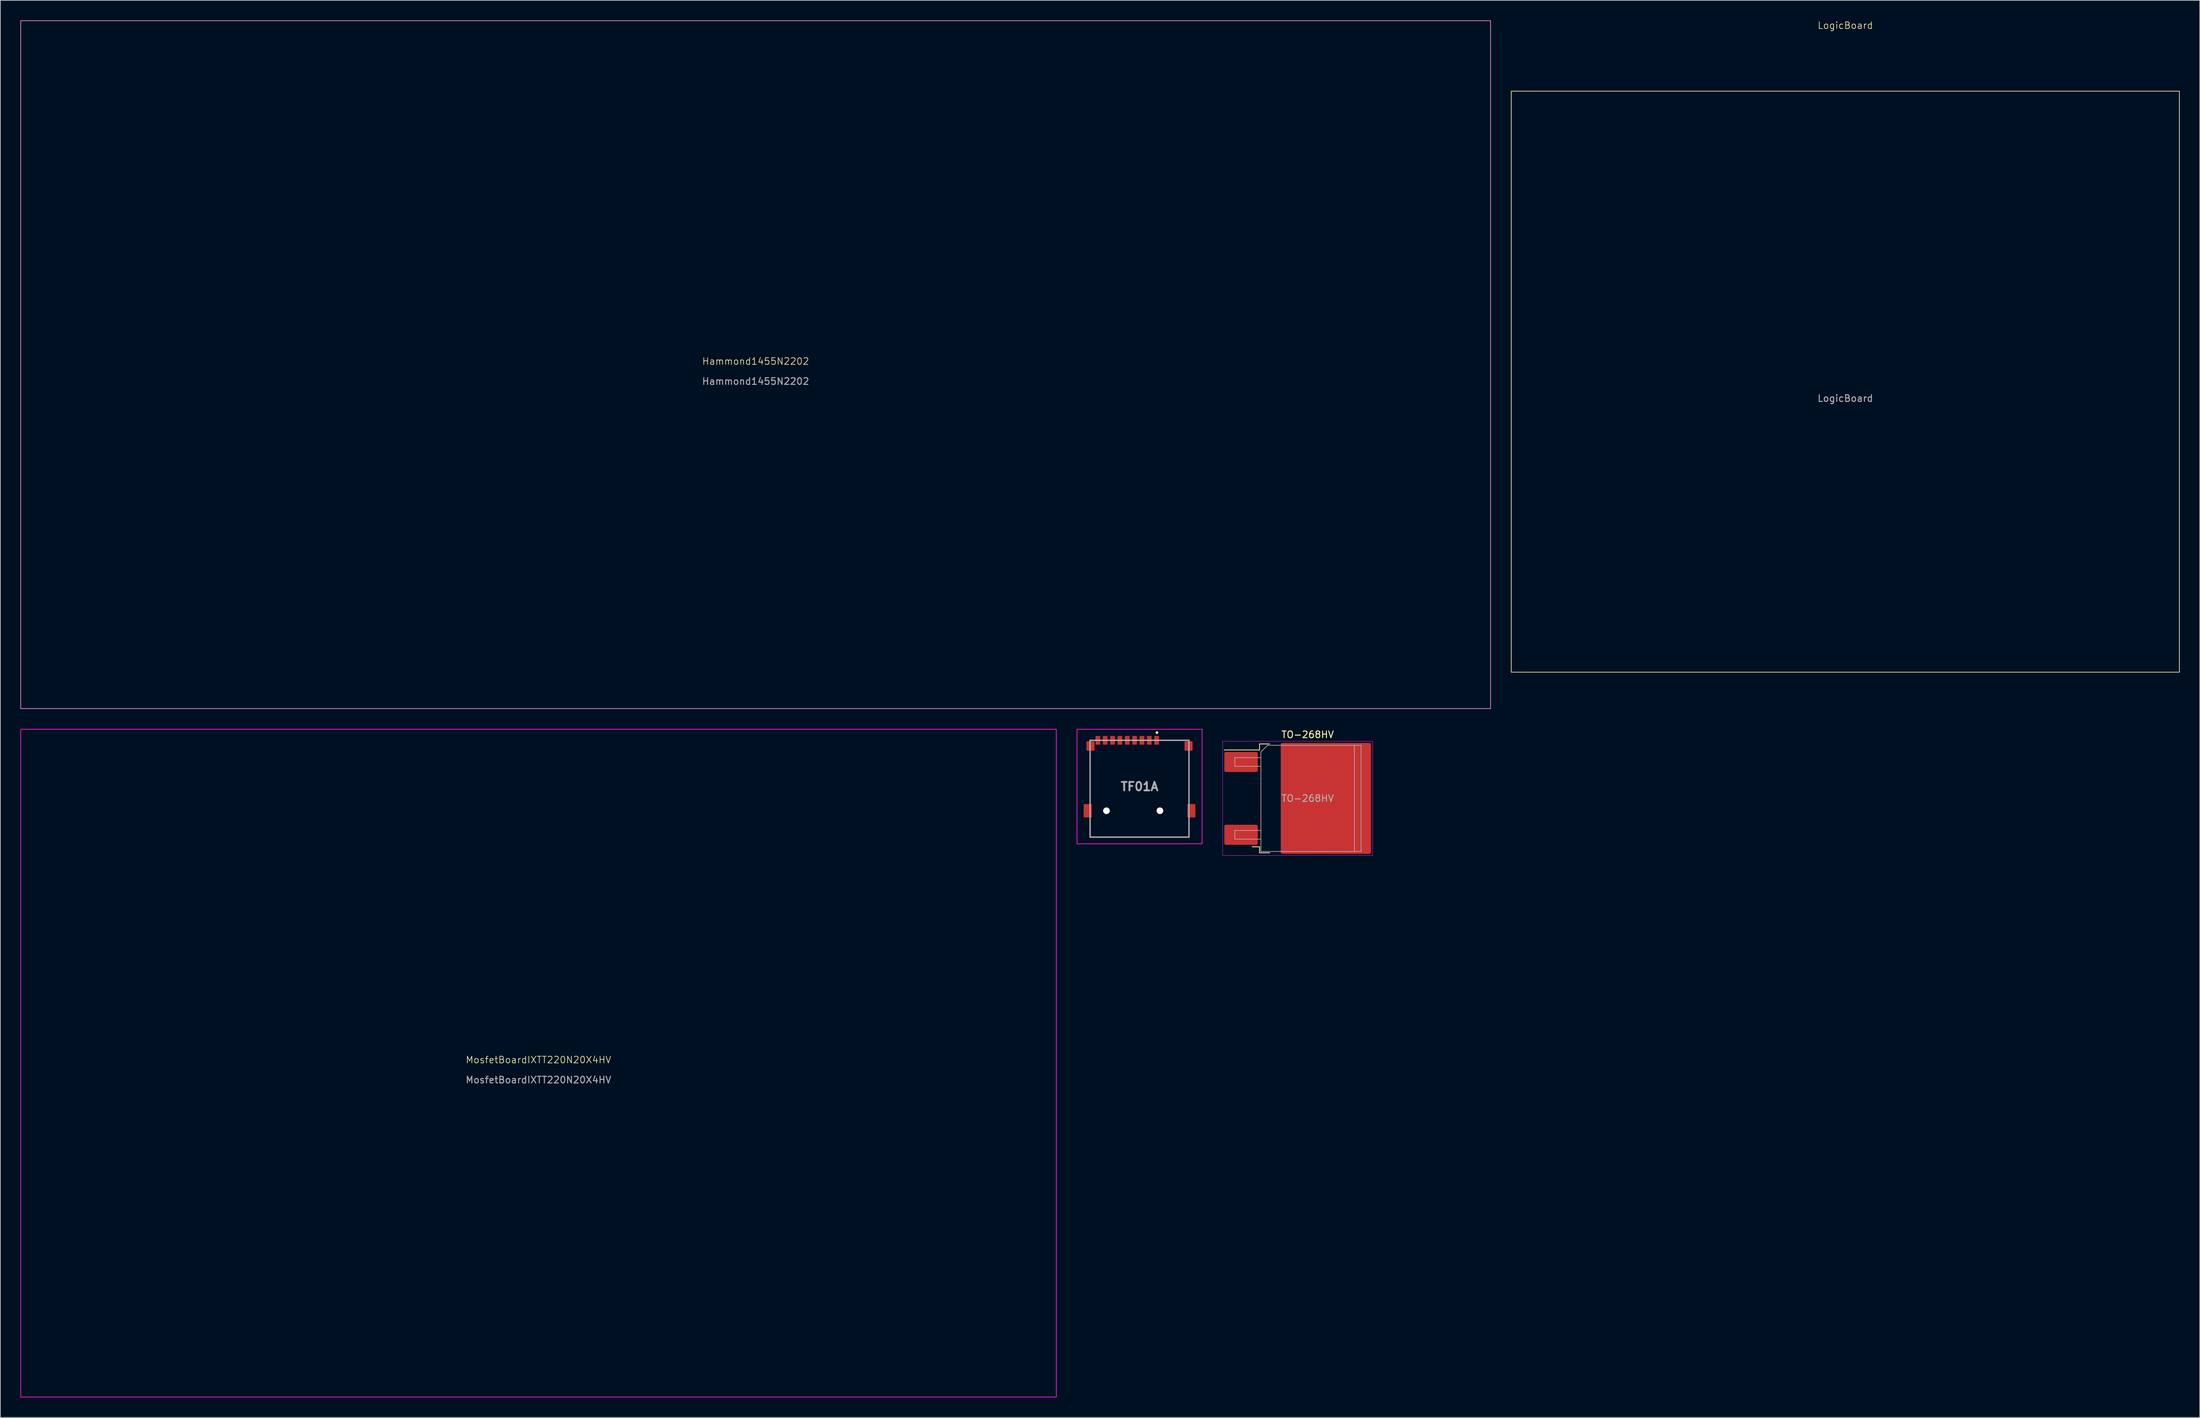
<source format=kicad_pcb>
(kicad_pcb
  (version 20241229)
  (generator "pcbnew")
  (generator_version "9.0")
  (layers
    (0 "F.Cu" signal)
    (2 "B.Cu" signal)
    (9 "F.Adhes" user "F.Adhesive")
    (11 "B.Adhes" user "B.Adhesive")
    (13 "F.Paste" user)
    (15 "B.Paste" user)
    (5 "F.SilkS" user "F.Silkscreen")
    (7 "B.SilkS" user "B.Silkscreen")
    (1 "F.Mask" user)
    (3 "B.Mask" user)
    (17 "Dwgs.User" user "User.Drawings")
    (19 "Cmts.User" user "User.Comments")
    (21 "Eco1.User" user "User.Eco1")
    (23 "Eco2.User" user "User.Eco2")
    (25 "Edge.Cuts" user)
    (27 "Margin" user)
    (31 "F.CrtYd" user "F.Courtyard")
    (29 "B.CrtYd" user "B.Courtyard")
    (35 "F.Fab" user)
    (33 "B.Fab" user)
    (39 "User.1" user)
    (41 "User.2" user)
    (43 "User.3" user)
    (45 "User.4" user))
  (footprint "MosfetBoardIXTT220N20X4HV"
    (layer "F.Cu")
    (at 77.55 156.15)
    (property "Reference" "MosfetBoardIXTT220N20X4HV" (at 0 -0.5 0) (unlocked yes) (layer "F.SilkS") (effects (font (size 1 1) (thickness 0.1))))
    (attr smd)
    (fp_rect (start -77.5 -50) (end 77.5 50) (stroke (width 0.1) (type default)) (fill no) (layer "F.CrtYd"))
    (fp_text user "${REFERENCE}" (at 0 2.5 0) (unlocked yes) (layer "F.Fab") (effects (font (size 1 1) (thickness 0.15)))))
  (footprint "TO-268HV"
    (layer "F.Cu")
    (at 192.675 116.498)
    (property "Reference" "TO-268HV" (at 0 -9.55 0) (layer "F.SilkS") (effects (font (size 1 1) (thickness 0.15))))
    (attr smd)
    (fp_line (start -7.2 -8.15) (end -7.2 -7.25) (stroke (width 0.12) (type solid)) (layer "F.SilkS"))
    (fp_line (start -7.2 -7.25) (end -12.475 -7.25) (stroke (width 0.12) (type solid)) (layer "F.SilkS"))
    (fp_line (start -7.2 7.25) (end -8.3 7.25) (stroke (width 0.12) (type solid)) (layer "F.SilkS"))
    (fp_line (start -7.2 8.15) (end -7.2 7.25) (stroke (width 0.12) (type solid)) (layer "F.SilkS"))
    (fp_line (start -5.7 -8.15) (end -7.2 -8.15) (stroke (width 0.12) (type solid)) (layer "F.SilkS"))
    (fp_line (start -5.7 8.15) (end -7.2 8.15) (stroke (width 0.12) (type solid)) (layer "F.SilkS"))
    (fp_line (start -12.73 -8.55) (end -12.73 8.55) (stroke (width 0.05) (type solid)) (layer "F.CrtYd"))
    (fp_line (start -12.73 8.55) (end 9.73 8.55) (stroke (width 0.05) (type solid)) (layer "F.CrtYd"))
    (fp_line (start 9.73 -8.55) (end -12.73 -8.55) (stroke (width 0.05) (type solid)) (layer "F.CrtYd"))
    (fp_line (start 9.73 8.55) (end 9.73 -8.55) (stroke (width 0.05) (type solid)) (layer "F.CrtYd"))
    (fp_line (start -10.9 -6.1) (end -10.9 -4.8) (stroke (width 0.1) (type solid)) (layer "F.Fab"))
    (fp_line (start -10.9 -4.8) (end -7 -4.8) (stroke (width 0.1) (type solid)) (layer "F.Fab"))
    (fp_line (start -10.9 4.8) (end -10.9 6.1) (stroke (width 0.1) (type solid)) (layer "F.Fab"))
    (fp_line (start -10.9 6.1) (end -7 6.1) (stroke (width 0.1) (type solid)) (layer "F.Fab"))
    (fp_line (start -7 -6.95) (end -6 -7.95) (stroke (width 0.1) (type solid)) (layer "F.Fab"))
    (fp_line (start -7 -6.1) (end -10.9 -6.1) (stroke (width 0.1) (type solid)) (layer "F.Fab"))
    (fp_line (start -7 4.8) (end -10.9 4.8) (stroke (width 0.1) (type solid)) (layer "F.Fab"))
    (fp_line (start -7 7.95) (end -7 -6.95) (stroke (width 0.1) (type solid)) (layer "F.Fab"))
    (fp_line (start -6 -7.95) (end 7 -7.95) (stroke (width 0.1) (type solid)) (layer "F.Fab"))
    (fp_line (start 7 -7.95) (end 7 7.95) (stroke (width 0.1) (type solid)) (layer "F.Fab"))
    (fp_line (start 7 -7.95) (end 8 -7.95) (stroke (width 0.1) (type solid)) (layer "F.Fab"))
    (fp_line (start 7 7.95) (end -7 7.95) (stroke (width 0.1) (type solid)) (layer "F.Fab"))
    (fp_line (start 8 -7.95) (end 8 7.95) (stroke (width 0.1) (type solid)) (layer "F.Fab"))
    (fp_line (start 8 7.95) (end 7 7.95) (stroke (width 0.1) (type solid)) (layer "F.Fab"))
    (fp_text user "${REFERENCE}" (at 0 0 0) (layer "F.Fab") (effects (font (size 1 1) (thickness 0.15))))
    (pad "1" smd roundrect (at -9.975 -5.45) (size 5 3) (layers "F.Cu" "F.Mask" "F.Paste") (roundrect_rratio 0.083))
    (pad "2" smd roundrect (at -0.725 -4.225) (size 6.6 8.15) (layers "F.Cu" "F.Paste") (roundrect_rratio 0.038))
    (pad "2" smd roundrect (at -0.725 4.225) (size 6.6 8.15) (layers "F.Cu" "F.Paste") (roundrect_rratio 0.038))
    (pad "2" smd roundrect (at 2.725 0) (size 13.5 16.6) (layers "F.Cu" "F.Mask") (roundrect_rratio 0.019))
    (pad "2" smd roundrect (at 6.175 -4.225) (size 6.6 8.15) (layers "F.Cu" "F.Paste") (roundrect_rratio 0.038))
    (pad "2" smd roundrect (at 6.175 4.225) (size 6.6 8.15) (layers "F.Cu" "F.Paste") (roundrect_rratio 0.038))
    (pad "3" smd roundrect (at -9.975 5.45) (size 5 3) (layers "F.Cu" "F.Mask" "F.Paste") (roundrect_rratio 0.083)))
  (footprint "TF01A"
    (layer "F.Cu")
    (at 167.51 115.05)
    (property "Reference" "TF01A" (at 0 -0.325 0) (layer "F.SilkS") (effects (font (size 1.27 1.27) (thickness 0.254))))
    (attr through_hole)
    (fp_line (start -7.4 -5) (end -7.4 1.5) (stroke (width 0.1) (type solid)) (layer "F.SilkS"))
    (fp_line (start -7.4 5) (end -7.4 7.25) (stroke (width 0.1) (type solid)) (layer "F.SilkS"))
    (fp_line (start -7.4 7.25) (end 7.4 7.25) (stroke (width 0.1) (type solid)) (layer "F.SilkS"))
    (fp_line (start 2.6 -8.5) (end 2.6 -8.5) (stroke (width 0.2) (type solid)) (layer "F.SilkS"))
    (fp_line (start 2.6 -8.3) (end 2.6 -8.3) (stroke (width 0.2) (type solid)) (layer "F.SilkS"))
    (fp_line (start 3.5 -7.25) (end 6.5 -7.25) (stroke (width 0.1) (type solid)) (layer "F.SilkS"))
    (fp_line (start 7.4 1.5) (end 7.4 -5) (stroke (width 0.1) (type solid)) (layer "F.SilkS"))
    (fp_line (start 7.4 7.25) (end 7.4 5.5) (stroke (width 0.1) (type solid)) (layer "F.SilkS"))
    (fp_arc (start 2.6 -8.5) (mid 2.7 -8.4) (end 2.6 -8.3) (stroke (width 0.2) (type solid)) (layer "F.SilkS"))
    (fp_arc (start 2.6 -8.3) (mid 2.5 -8.4) (end 2.6 -8.5) (stroke (width 0.2) (type solid)) (layer "F.SilkS"))
    (fp_line (start -9.36 -8.9) (end 9.36 -8.9) (stroke (width 0.1) (type solid)) (layer "F.CrtYd"))
    (fp_line (start -9.36 8.25) (end -9.36 -8.9) (stroke (width 0.1) (type solid)) (layer "F.CrtYd"))
    (fp_line (start 9.36 -8.9) (end 9.36 8.25) (stroke (width 0.1) (type solid)) (layer "F.CrtYd"))
    (fp_line (start 9.36 8.25) (end -9.36 8.25) (stroke (width 0.1) (type solid)) (layer "F.CrtYd"))
    (fp_line (start -7.4 -7.25) (end 7.4 -7.25) (stroke (width 0.2) (type solid)) (layer "F.Fab"))
    (fp_line (start -7.4 7.25) (end -7.4 -7.25) (stroke (width 0.2) (type solid)) (layer "F.Fab"))
    (fp_line (start 7.4 -7.25) (end 7.4 7.25) (stroke (width 0.2) (type solid)) (layer "F.Fab"))
    (fp_line (start 7.4 7.25) (end -7.4 7.25) (stroke (width 0.2) (type solid)) (layer "F.Fab"))
    (fp_text user "${REFERENCE}" (at 0 -0.325 0) (layer "F.Fab") (effects (font (size 1.27 1.27) (thickness 0.254))))
    (pad "" np_thru_hole circle (at -4.95 3.3) (size 1 1) (drill 1) (layers "*.Cu" "*.Mask"))
    (pad "" np_thru_hole circle (at 3.05 3.3) (size 1 1) (drill 1) (layers "*.Cu" "*.Mask"))
    (pad "1" smd rect (at 2.56 -7.25) (size 0.7 1.3) (layers "F.Cu" "F.Mask" "F.Paste"))
    (pad "2" smd rect (at 1.46 -7.25) (size 0.7 1.3) (layers "F.Cu" "F.Mask" "F.Paste"))
    (pad "3" smd rect (at 0.36 -7.25) (size 0.7 1.3) (layers "F.Cu" "F.Mask" "F.Paste"))
    (pad "4" smd rect (at -0.74 -7.25) (size 0.7 1.3) (layers "F.Cu" "F.Mask" "F.Paste"))
    (pad "5" smd rect (at -1.84 -7.25) (size 0.7 1.3) (layers "F.Cu" "F.Mask" "F.Paste"))
    (pad "6" smd rect (at -2.94 -7.25) (size 0.7 1.3) (layers "F.Cu" "F.Mask" "F.Paste"))
    (pad "7" smd rect (at -4.04 -7.25) (size 0.7 1.3) (layers "F.Cu" "F.Mask" "F.Paste"))
    (pad "8" smd rect (at -5.14 -7.25) (size 0.7 1.3) (layers "F.Cu" "F.Mask" "F.Paste"))
    (pad "9" smd rect (at -6.24 -7.25) (size 0.7 1.3) (layers "F.Cu" "F.Mask" "F.Paste"))
    (pad "10" smd rect (at -7.76 3.3) (size 1.2 2) (layers "F.Cu" "F.Mask" "F.Paste"))
    (pad "10" smd rect (at -7.34 -6.4) (size 1.2 1.4) (layers "F.Cu" "F.Mask" "F.Paste"))
    (pad "10" smd rect (at 7.34 -6.4) (size 1.2 1.4) (layers "F.Cu" "F.Mask" "F.Paste"))
    (pad "10" smd rect (at 7.76 3.3) (size 1.2 2) (layers "F.Cu" "F.Mask" "F.Paste")))
  (footprint "LogicBoard"
    (layer "F.Cu")
    (at 273.15 54.1)
    (property "Reference" "LogicBoard" (at 0 -53.34 0) (unlocked yes) (layer "F.SilkS") (effects (font (size 1 1) (thickness 0.1))))
    (attr smd)
    (fp_rect (start -50 -43.5) (end 50 43.5) (stroke (width 0.1) (type default)) (fill no) (layer "F.SilkS"))
    (fp_text user "${REFERENCE}" (at 0 2.5 0) (unlocked yes) (layer "F.Fab") (effects (font (size 1 1) (thickness 0.15)))))
  (footprint "Hammond1455N2202"
    (layer "F.Cu")
    (at 110.05 51.55)
    (property "Reference" "Hammond1455N2202" (at 0 -0.5 0) (unlocked yes) (layer "F.SilkS") (effects (font (size 1 1) (thickness 0.1))))
    (attr smd)
    (fp_rect (start -110 -51.5) (end 110 51.5) (stroke (width 0.1) (type default)) (fill no) (layer "F.SilkS"))
    (fp_rect (start -110 -51.5) (end 110 51.5) (stroke (width 0.05) (type default)) (fill no) (layer "F.CrtYd"))
    (fp_text user "${REFERENCE}" (at 0 2.5 0) (unlocked yes) (layer "F.Fab") (effects (font (size 1 1) (thickness 0.15)))))
  (gr_rect
    (start -3 -3)
    (end 326.2 209.2)
    (stroke (width 0.1) (type default))
    (fill no)
    (layer "Edge.Cuts")))
</source>
